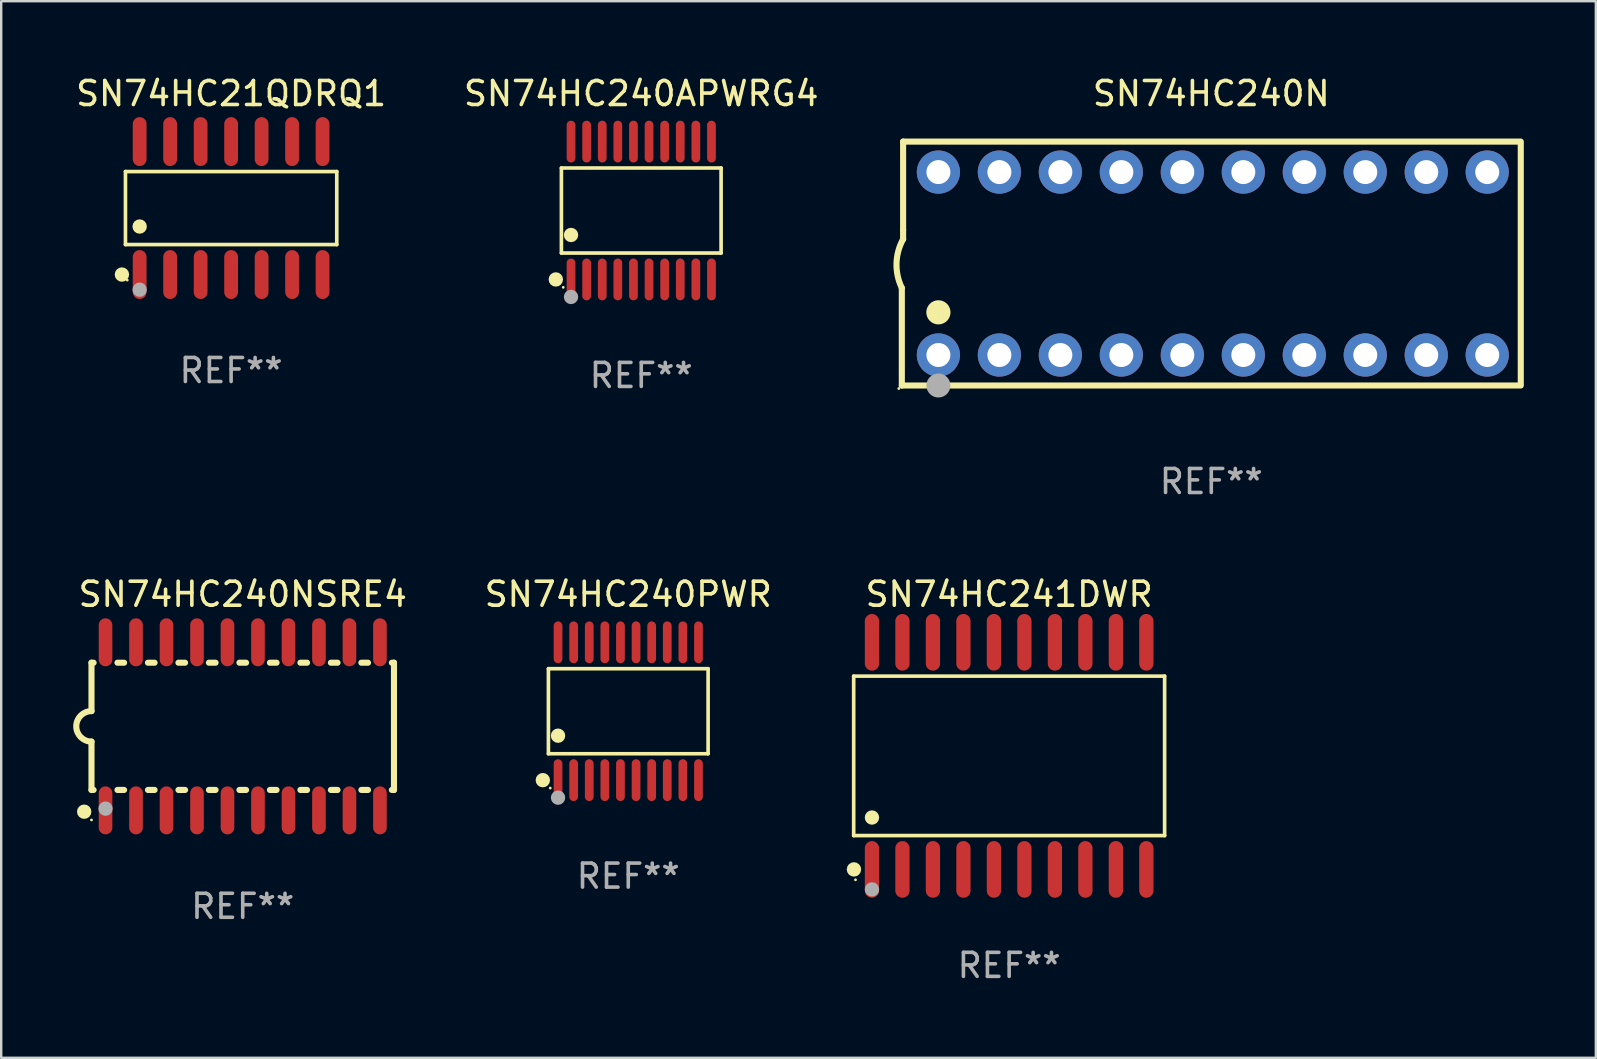
<source format=kicad_pcb>
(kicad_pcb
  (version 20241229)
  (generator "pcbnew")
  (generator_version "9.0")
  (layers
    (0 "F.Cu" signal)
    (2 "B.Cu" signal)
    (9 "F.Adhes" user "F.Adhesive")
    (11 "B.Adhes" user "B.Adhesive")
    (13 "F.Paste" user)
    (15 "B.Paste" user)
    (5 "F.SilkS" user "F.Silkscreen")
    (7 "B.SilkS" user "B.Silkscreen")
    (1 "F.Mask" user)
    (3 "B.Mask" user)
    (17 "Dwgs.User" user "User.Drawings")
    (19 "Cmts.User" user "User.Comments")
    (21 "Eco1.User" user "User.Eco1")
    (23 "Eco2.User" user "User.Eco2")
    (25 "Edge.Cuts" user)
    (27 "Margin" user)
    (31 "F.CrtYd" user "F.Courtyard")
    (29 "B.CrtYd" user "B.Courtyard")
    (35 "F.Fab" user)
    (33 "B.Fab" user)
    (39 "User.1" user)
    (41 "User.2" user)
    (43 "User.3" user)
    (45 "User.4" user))
  (footprint "SN74HC241DWR"
    (layer "F.Cu")
    (at 38.986 28.435)
    (property "Reference" "SN74HC241DWR" (at 0 -6.73 0) (layer "F.SilkS") (effects (font (size 1 1) (thickness 0.15))))
    (attr through_hole)
    (fp_line (start -6.476 -3.321) (end 6.476 -3.321) (stroke (width 0.152) (type solid)) (layer "F.SilkS"))
    (fp_line (start -6.476 3.321) (end -6.476 -3.321) (stroke (width 0.152) (type solid)) (layer "F.SilkS"))
    (fp_line (start 6.476 -3.321) (end 6.476 3.321) (stroke (width 0.152) (type solid)) (layer "F.SilkS"))
    (fp_line (start 6.476 3.321) (end -6.476 3.321) (stroke (width 0.152) (type solid)) (layer "F.SilkS"))
    (fp_circle (center -6.465 4.73) (end -6.315 4.73) (stroke (width 0.3) (type solid)) (fill no) (layer "F.SilkS"))
    (fp_circle (center -6.4 5.163) (end -6.37 5.163) (stroke (width 0.06) (type solid)) (fill no) (layer "F.SilkS"))
    (fp_circle (center -5.715 2.569) (end -5.565 2.569) (stroke (width 0.3) (type solid)) (fill no) (layer "F.SilkS"))
    (fp_circle (center -5.715 5.563) (end -5.565 5.563) (stroke (width 0.3) (type solid)) (fill no) (layer "F.Fab"))
    (fp_text user "REF**" (at 0 8.73 0) (layer "F.Fab") (effects (font (size 1 1) (thickness 0.15))))
    (pad "1" smd oval (at -5.715 4.73) (size 0.595 2.36) (layers "F.Cu" "F.Mask" "F.Paste"))
    (pad "2" smd oval (at -4.445 4.73) (size 0.595 2.36) (layers "F.Cu" "F.Mask" "F.Paste"))
    (pad "3" smd oval (at -3.175 4.73) (size 0.595 2.36) (layers "F.Cu" "F.Mask" "F.Paste"))
    (pad "4" smd oval (at -1.905 4.73) (size 0.595 2.36) (layers "F.Cu" "F.Mask" "F.Paste"))
    (pad "5" smd oval (at -0.635 4.73) (size 0.595 2.36) (layers "F.Cu" "F.Mask" "F.Paste"))
    (pad "6" smd oval (at 0.635 4.73) (size 0.595 2.36) (layers "F.Cu" "F.Mask" "F.Paste"))
    (pad "7" smd oval (at 1.905 4.73) (size 0.595 2.36) (layers "F.Cu" "F.Mask" "F.Paste"))
    (pad "8" smd oval (at 3.175 4.73) (size 0.595 2.36) (layers "F.Cu" "F.Mask" "F.Paste"))
    (pad "9" smd oval (at 4.445 4.73) (size 0.595 2.36) (layers "F.Cu" "F.Mask" "F.Paste"))
    (pad "10" smd oval (at 5.715 4.73) (size 0.595 2.36) (layers "F.Cu" "F.Mask" "F.Paste"))
    (pad "11" smd oval (at 5.715 -4.73) (size 0.595 2.36) (layers "F.Cu" "F.Mask" "F.Paste"))
    (pad "12" smd oval (at 4.445 -4.73) (size 0.595 2.36) (layers "F.Cu" "F.Mask" "F.Paste"))
    (pad "13" smd oval (at 3.175 -4.73) (size 0.595 2.36) (layers "F.Cu" "F.Mask" "F.Paste"))
    (pad "14" smd oval (at 1.905 -4.73) (size 0.595 2.36) (layers "F.Cu" "F.Mask" "F.Paste"))
    (pad "15" smd oval (at 0.635 -4.73) (size 0.595 2.36) (layers "F.Cu" "F.Mask" "F.Paste"))
    (pad "16" smd oval (at -0.635 -4.73) (size 0.595 2.36) (layers "F.Cu" "F.Mask" "F.Paste"))
    (pad "17" smd oval (at -1.905 -4.73) (size 0.595 2.36) (layers "F.Cu" "F.Mask" "F.Paste"))
    (pad "18" smd oval (at -3.175 -4.73) (size 0.595 2.36) (layers "F.Cu" "F.Mask" "F.Paste"))
    (pad "19" smd oval (at -4.445 -4.73) (size 0.595 2.36) (layers "F.Cu" "F.Mask" "F.Paste"))
    (pad "20" smd oval (at -5.715 -4.73) (size 0.595 2.36) (layers "F.Cu" "F.Mask" "F.Paste")))
  (footprint "SN74HC240N"
    (layer "F.Cu")
    (at 47.406 7.928)
    (property "Reference" "SN74HC240N" (at 0 -7.08 0) (layer "F.SilkS") (effects (font (size 1 1) (thickness 0.15))))
    (attr through_hole)
    (fp_line (start -12.891 5.08) (end -12.891 1.016) (stroke (width 0.254) (type solid)) (layer "F.SilkS"))
    (fp_line (start -12.891 5.08) (end 12.891 5.08) (stroke (width 0.254) (type solid)) (layer "F.SilkS"))
    (fp_line (start -12.837 -5.08) (end -12.837 -1.397) (stroke (width 0.254) (type solid)) (layer "F.SilkS"))
    (fp_line (start -12.837 -5.08) (end 12.891 -5.08) (stroke (width 0.254) (type solid)) (layer "F.SilkS"))
    (fp_line (start -12.837 -1.397) (end -12.837 -1.016) (stroke (width 0.254) (type solid)) (layer "F.SilkS"))
    (fp_line (start 12.891 -5) (end 12.891 5) (stroke (width 0.254) (type solid)) (layer "F.SilkS"))
    (fp_arc (start -12.890526 1.016002) (mid -13.111945 -0.006602) (end -12.836525 -1.016002) (stroke (width 0.254001) (type solid)) (layer "F.SilkS"))
    (fp_circle (center -13.018 5.207) (end -12.988 5.207) (stroke (width 0.06) (type solid)) (fill no) (layer "F.SilkS"))
    (fp_circle (center -11.367 2.032) (end -11.113 2.032) (stroke (width 0.5) (type solid)) (fill no) (layer "F.SilkS"))
    (fp_circle (center -11.367 5.08) (end -11.117 5.08) (stroke (width 0.5) (type solid)) (fill no) (layer "F.Fab"))
    (fp_text user "REF**" (at 0 9.08 0) (layer "F.Fab") (effects (font (size 1 1) (thickness 0.15))))
    (pad "1" thru_hole circle (at -11.367 3.81) (size 1.8 1.8) (drill 1) (layers "*.Cu" "*.Mask"))
    (pad "2" thru_hole circle (at -8.827 3.81) (size 1.8 1.8) (drill 1) (layers "*.Cu" "*.Mask"))
    (pad "3" thru_hole circle (at -6.287 3.81) (size 1.8 1.8) (drill 1) (layers "*.Cu" "*.Mask"))
    (pad "4" thru_hole circle (at -3.747 3.81) (size 1.8 1.8) (drill 1) (layers "*.Cu" "*.Mask"))
    (pad "5" thru_hole circle (at -1.207 3.81) (size 1.8 1.8) (drill 1) (layers "*.Cu" "*.Mask"))
    (pad "6" thru_hole circle (at 1.334 3.81) (size 1.8 1.8) (drill 1) (layers "*.Cu" "*.Mask"))
    (pad "7" thru_hole circle (at 3.874 3.81) (size 1.8 1.8) (drill 1) (layers "*.Cu" "*.Mask"))
    (pad "8" thru_hole circle (at 6.414 3.81) (size 1.8 1.8) (drill 1) (layers "*.Cu" "*.Mask"))
    (pad "9" thru_hole circle (at 8.954 3.81) (size 1.8 1.8) (drill 1) (layers "*.Cu" "*.Mask"))
    (pad "10" thru_hole circle (at 11.494 3.81) (size 1.8 1.8) (drill 1) (layers "*.Cu" "*.Mask"))
    (pad "11" thru_hole circle (at 11.494 -3.81) (size 1.8 1.8) (drill 1) (layers "*.Cu" "*.Mask"))
    (pad "12" thru_hole circle (at 8.954 -3.81) (size 1.8 1.8) (drill 1) (layers "*.Cu" "*.Mask"))
    (pad "13" thru_hole circle (at 6.414 -3.81) (size 1.8 1.8) (drill 1) (layers "*.Cu" "*.Mask"))
    (pad "14" thru_hole circle (at 3.874 -3.81) (size 1.8 1.8) (drill 1) (layers "*.Cu" "*.Mask"))
    (pad "15" thru_hole circle (at 1.334 -3.81) (size 1.8 1.8) (drill 1) (layers "*.Cu" "*.Mask"))
    (pad "16" thru_hole circle (at -1.207 -3.81) (size 1.8 1.8) (drill 1) (layers "*.Cu" "*.Mask"))
    (pad "17" thru_hole circle (at -3.747 -3.81) (size 1.8 1.8) (drill 1) (layers "*.Cu" "*.Mask"))
    (pad "18" thru_hole circle (at -6.287 -3.81) (size 1.8 1.8) (drill 1) (layers "*.Cu" "*.Mask"))
    (pad "19" thru_hole circle (at -8.827 -3.81) (size 1.8 1.8) (drill 1) (layers "*.Cu" "*.Mask"))
    (pad "20" thru_hole circle (at -11.367 -3.81) (size 1.8 1.8) (drill 1) (layers "*.Cu" "*.Mask")))
  (footprint "SN74HC240NSRE4"
    (layer "F.Cu")
    (at 7.061 27.205)
    (property "Reference" "SN74HC240NSRE4" (at 0 -5.5 0) (layer "F.SilkS") (effects (font (size 1 1) (thickness 0.15))))
    (attr through_hole)
    (fp_line (start -6.3 -2.65) (end -6.3 -0.635) (stroke (width 0.254) (type solid)) (layer "F.SilkS"))
    (fp_line (start -6.3 -2.65) (end -6.212 -2.65) (stroke (width 0.254) (type solid)) (layer "F.SilkS"))
    (fp_line (start -6.3 2.65) (end -6.3 0.635) (stroke (width 0.254) (type solid)) (layer "F.SilkS"))
    (fp_line (start -6.3 2.65) (end -6.212 2.65) (stroke (width 0.254) (type solid)) (layer "F.SilkS"))
    (fp_line (start -5.218 -2.65) (end -4.942 -2.65) (stroke (width 0.254) (type solid)) (layer "F.SilkS"))
    (fp_line (start -5.218 2.65) (end -4.942 2.65) (stroke (width 0.254) (type solid)) (layer "F.SilkS"))
    (fp_line (start -3.948 -2.65) (end -3.672 -2.65) (stroke (width 0.254) (type solid)) (layer "F.SilkS"))
    (fp_line (start -3.948 2.65) (end -3.672 2.65) (stroke (width 0.254) (type solid)) (layer "F.SilkS"))
    (fp_line (start -2.678 -2.65) (end -2.402 -2.65) (stroke (width 0.254) (type solid)) (layer "F.SilkS"))
    (fp_line (start -2.678 2.65) (end -2.402 2.65) (stroke (width 0.254) (type solid)) (layer "F.SilkS"))
    (fp_line (start -1.408 -2.65) (end -1.132 -2.65) (stroke (width 0.254) (type solid)) (layer "F.SilkS"))
    (fp_line (start -1.408 2.65) (end -1.132 2.65) (stroke (width 0.254) (type solid)) (layer "F.SilkS"))
    (fp_line (start -0.138 -2.65) (end 0.138 -2.65) (stroke (width 0.254) (type solid)) (layer "F.SilkS"))
    (fp_line (start -0.138 2.65) (end 0.138 2.65) (stroke (width 0.254) (type solid)) (layer "F.SilkS"))
    (fp_line (start 1.132 -2.65) (end 1.408 -2.65) (stroke (width 0.254) (type solid)) (layer "F.SilkS"))
    (fp_line (start 1.132 2.65) (end 1.408 2.65) (stroke (width 0.254) (type solid)) (layer "F.SilkS"))
    (fp_line (start 2.402 -2.65) (end 2.678 -2.65) (stroke (width 0.254) (type solid)) (layer "F.SilkS"))
    (fp_line (start 2.402 2.65) (end 2.678 2.65) (stroke (width 0.254) (type solid)) (layer "F.SilkS"))
    (fp_line (start 3.672 -2.65) (end 3.948 -2.65) (stroke (width 0.254) (type solid)) (layer "F.SilkS"))
    (fp_line (start 3.672 2.65) (end 3.948 2.65) (stroke (width 0.254) (type solid)) (layer "F.SilkS"))
    (fp_line (start 4.942 -2.65) (end 5.218 -2.65) (stroke (width 0.254) (type solid)) (layer "F.SilkS"))
    (fp_line (start 4.942 2.65) (end 5.218 2.65) (stroke (width 0.254) (type solid)) (layer "F.SilkS"))
    (fp_line (start 6.212 -2.65) (end 6.3 -2.65) (stroke (width 0.254) (type solid)) (layer "F.SilkS"))
    (fp_line (start 6.212 2.65) (end 6.3 2.65) (stroke (width 0.254) (type solid)) (layer "F.SilkS"))
    (fp_line (start 6.3 -2.65) (end 6.3 2.65) (stroke (width 0.254) (type solid)) (layer "F.SilkS"))
    (fp_arc (start -6.299975 0.634874) (mid -6.933579 0.000127) (end -6.299213 -0.633858) (stroke (width 0.254001) (type solid)) (layer "F.SilkS"))
    (fp_circle (center -6.604 3.556) (end -6.454 3.556) (stroke (width 0.3) (type solid)) (fill no) (layer "F.SilkS"))
    (fp_circle (center -6.3 3.9) (end -6.27 3.9) (stroke (width 0.06) (type solid)) (fill no) (layer "F.SilkS"))
    (fp_circle (center -5.715 3.429) (end -5.565 3.429) (stroke (width 0.3) (type solid)) (fill no) (layer "F.Fab"))
    (fp_text user "REF**" (at 0 7.5 0) (layer "F.Fab") (effects (font (size 1 1) (thickness 0.15))))
    (pad "1" smd oval (at -5.715 3.5) (size 0.568 2) (layers "F.Cu" "F.Mask" "F.Paste"))
    (pad "2" smd oval (at -4.445 3.5) (size 0.568 2) (layers "F.Cu" "F.Mask" "F.Paste"))
    (pad "3" smd oval (at -3.175 3.5) (size 0.568 2) (layers "F.Cu" "F.Mask" "F.Paste"))
    (pad "4" smd oval (at -1.905 3.5) (size 0.568 2) (layers "F.Cu" "F.Mask" "F.Paste"))
    (pad "5" smd oval (at -0.635 3.5) (size 0.568 2) (layers "F.Cu" "F.Mask" "F.Paste"))
    (pad "6" smd oval (at 0.635 3.5) (size 0.568 2) (layers "F.Cu" "F.Mask" "F.Paste"))
    (pad "7" smd oval (at 1.905 3.5) (size 0.568 2) (layers "F.Cu" "F.Mask" "F.Paste"))
    (pad "8" smd oval (at 3.175 3.5) (size 0.568 2) (layers "F.Cu" "F.Mask" "F.Paste"))
    (pad "9" smd oval (at 4.445 3.5) (size 0.568 2) (layers "F.Cu" "F.Mask" "F.Paste"))
    (pad "10" smd oval (at 5.715 3.5) (size 0.568 2) (layers "F.Cu" "F.Mask" "F.Paste"))
    (pad "11" smd oval (at 5.715 -3.5) (size 0.568 2) (layers "F.Cu" "F.Mask" "F.Paste"))
    (pad "12" smd oval (at 4.445 -3.5) (size 0.568 2) (layers "F.Cu" "F.Mask" "F.Paste"))
    (pad "13" smd oval (at 3.175 -3.5) (size 0.568 2) (layers "F.Cu" "F.Mask" "F.Paste"))
    (pad "14" smd oval (at 1.905 -3.5) (size 0.568 2) (layers "F.Cu" "F.Mask" "F.Paste"))
    (pad "15" smd oval (at 0.635 -3.5) (size 0.568 2) (layers "F.Cu" "F.Mask" "F.Paste"))
    (pad "16" smd oval (at -0.635 -3.5) (size 0.568 2) (layers "F.Cu" "F.Mask" "F.Paste"))
    (pad "17" smd oval (at -1.905 -3.5) (size 0.568 2) (layers "F.Cu" "F.Mask" "F.Paste"))
    (pad "18" smd oval (at -3.175 -3.5) (size 0.568 2) (layers "F.Cu" "F.Mask" "F.Paste"))
    (pad "19" smd oval (at -4.445 -3.5) (size 0.568 2) (layers "F.Cu" "F.Mask" "F.Paste"))
    (pad "20" smd oval (at -5.715 -3.5) (size 0.568 2) (layers "F.Cu" "F.Mask" "F.Paste")))
  (footprint "SN74HC240PWR"
    (layer "F.Cu")
    (at 23.12 26.576)
    (property "Reference" "SN74HC240PWR" (at 0 -4.871 0) (layer "F.SilkS") (effects (font (size 1 1) (thickness 0.15))))
    (attr through_hole)
    (fp_line (start -3.326 -1.771) (end 3.326 -1.771) (stroke (width 0.152) (type solid)) (layer "F.SilkS"))
    (fp_line (start -3.326 1.771) (end -3.326 -1.771) (stroke (width 0.152) (type solid)) (layer "F.SilkS"))
    (fp_line (start 3.326 -1.771) (end 3.326 1.771) (stroke (width 0.152) (type solid)) (layer "F.SilkS"))
    (fp_line (start 3.326 1.771) (end -3.326 1.771) (stroke (width 0.152) (type solid)) (layer "F.SilkS"))
    (fp_circle (center -3.559 2.871) (end -3.409 2.871) (stroke (width 0.3) (type solid)) (fill no) (layer "F.SilkS"))
    (fp_circle (center -3.25 3.2) (end -3.22 3.2) (stroke (width 0.06) (type solid)) (fill no) (layer "F.SilkS"))
    (fp_circle (center -2.925 1.019) (end -2.775 1.019) (stroke (width 0.3) (type solid)) (fill no) (layer "F.SilkS"))
    (fp_circle (center -2.925 3.6) (end -2.775 3.6) (stroke (width 0.3) (type solid)) (fill no) (layer "F.Fab"))
    (fp_text user "REF**" (at 0 6.871 0) (layer "F.Fab") (effects (font (size 1 1) (thickness 0.15))))
    (pad "1" smd oval (at -2.925 2.871) (size 0.364 1.742) (layers "F.Cu" "F.Mask" "F.Paste"))
    (pad "2" smd oval (at -2.275 2.871) (size 0.364 1.742) (layers "F.Cu" "F.Mask" "F.Paste"))
    (pad "3" smd oval (at -1.625 2.871) (size 0.364 1.742) (layers "F.Cu" "F.Mask" "F.Paste"))
    (pad "4" smd oval (at -0.975 2.871) (size 0.364 1.742) (layers "F.Cu" "F.Mask" "F.Paste"))
    (pad "5" smd oval (at -0.325 2.871) (size 0.364 1.742) (layers "F.Cu" "F.Mask" "F.Paste"))
    (pad "6" smd oval (at 0.325 2.871) (size 0.364 1.742) (layers "F.Cu" "F.Mask" "F.Paste"))
    (pad "7" smd oval (at 0.975 2.871) (size 0.364 1.742) (layers "F.Cu" "F.Mask" "F.Paste"))
    (pad "8" smd oval (at 1.625 2.871) (size 0.364 1.742) (layers "F.Cu" "F.Mask" "F.Paste"))
    (pad "9" smd oval (at 2.275 2.871) (size 0.364 1.742) (layers "F.Cu" "F.Mask" "F.Paste"))
    (pad "10" smd oval (at 2.925 2.871) (size 0.364 1.742) (layers "F.Cu" "F.Mask" "F.Paste"))
    (pad "11" smd oval (at 2.925 -2.871) (size 0.364 1.742) (layers "F.Cu" "F.Mask" "F.Paste"))
    (pad "12" smd oval (at 2.275 -2.871) (size 0.364 1.742) (layers "F.Cu" "F.Mask" "F.Paste"))
    (pad "13" smd oval (at 1.625 -2.871) (size 0.364 1.742) (layers "F.Cu" "F.Mask" "F.Paste"))
    (pad "14" smd oval (at 0.975 -2.871) (size 0.364 1.742) (layers "F.Cu" "F.Mask" "F.Paste"))
    (pad "15" smd oval (at 0.325 -2.871) (size 0.364 1.742) (layers "F.Cu" "F.Mask" "F.Paste"))
    (pad "16" smd oval (at -0.325 -2.871) (size 0.364 1.742) (layers "F.Cu" "F.Mask" "F.Paste"))
    (pad "17" smd oval (at -0.975 -2.871) (size 0.364 1.742) (layers "F.Cu" "F.Mask" "F.Paste"))
    (pad "18" smd oval (at -1.625 -2.871) (size 0.364 1.742) (layers "F.Cu" "F.Mask" "F.Paste"))
    (pad "19" smd oval (at -2.275 -2.871) (size 0.364 1.742) (layers "F.Cu" "F.Mask" "F.Paste"))
    (pad "20" smd oval (at -2.925 -2.871) (size 0.364 1.742) (layers "F.Cu" "F.Mask" "F.Paste")))
  (footprint "SN74HC21QDRQ1"
    (layer "F.Cu")
    (at 6.577 5.617)
    (property "Reference" "SN74HC21QDRQ1" (at 0 -4.769 0) (layer "F.SilkS") (effects (font (size 1 1) (thickness 0.15))))
    (attr through_hole)
    (fp_line (start -4.401 -1.521) (end 4.401 -1.521) (stroke (width 0.152) (type solid)) (layer "F.SilkS"))
    (fp_line (start -4.401 1.521) (end -4.401 -1.521) (stroke (width 0.152) (type solid)) (layer "F.SilkS"))
    (fp_line (start 4.401 -1.521) (end 4.401 1.521) (stroke (width 0.152) (type solid)) (layer "F.SilkS"))
    (fp_line (start 4.401 1.521) (end -4.401 1.521) (stroke (width 0.152) (type solid)) (layer "F.SilkS"))
    (fp_circle (center -4.549 2.769) (end -4.399 2.769) (stroke (width 0.3) (type solid)) (fill no) (layer "F.SilkS"))
    (fp_circle (center -4.325 3) (end -4.295 3) (stroke (width 0.06) (type solid)) (fill no) (layer "F.SilkS"))
    (fp_circle (center -3.81 0.769) (end -3.66 0.769) (stroke (width 0.3) (type solid)) (fill no) (layer "F.SilkS"))
    (fp_circle (center -3.81 3.4) (end -3.66 3.4) (stroke (width 0.3) (type solid)) (fill no) (layer "F.Fab"))
    (fp_text user "REF**" (at 0 6.769 0) (layer "F.Fab") (effects (font (size 1 1) (thickness 0.15))))
    (pad "1" smd oval (at -3.81 2.769) (size 0.574 2.038) (layers "F.Cu" "F.Mask" "F.Paste"))
    (pad "2" smd oval (at -2.54 2.769) (size 0.574 2.038) (layers "F.Cu" "F.Mask" "F.Paste"))
    (pad "3" smd oval (at -1.27 2.769) (size 0.574 2.038) (layers "F.Cu" "F.Mask" "F.Paste"))
    (pad "4" smd oval (at 0 2.769) (size 0.574 2.038) (layers "F.Cu" "F.Mask" "F.Paste"))
    (pad "5" smd oval (at 1.27 2.769) (size 0.574 2.038) (layers "F.Cu" "F.Mask" "F.Paste"))
    (pad "6" smd oval (at 2.54 2.769) (size 0.574 2.038) (layers "F.Cu" "F.Mask" "F.Paste"))
    (pad "7" smd oval (at 3.81 2.769) (size 0.574 2.038) (layers "F.Cu" "F.Mask" "F.Paste"))
    (pad "8" smd oval (at 3.81 -2.769) (size 0.574 2.038) (layers "F.Cu" "F.Mask" "F.Paste"))
    (pad "9" smd oval (at 2.54 -2.769) (size 0.574 2.038) (layers "F.Cu" "F.Mask" "F.Paste"))
    (pad "10" smd oval (at 1.27 -2.769) (size 0.574 2.038) (layers "F.Cu" "F.Mask" "F.Paste"))
    (pad "11" smd oval (at 0 -2.769) (size 0.574 2.038) (layers "F.Cu" "F.Mask" "F.Paste"))
    (pad "12" smd oval (at -1.27 -2.769) (size 0.574 2.038) (layers "F.Cu" "F.Mask" "F.Paste"))
    (pad "13" smd oval (at -2.54 -2.769) (size 0.574 2.038) (layers "F.Cu" "F.Mask" "F.Paste"))
    (pad "14" smd oval (at -3.81 -2.769) (size 0.574 2.038) (layers "F.Cu" "F.Mask" "F.Paste")))
  (footprint "SN74HC240APWRG4"
    (layer "F.Cu")
    (at 23.661 5.719)
    (property "Reference" "SN74HC240APWRG4" (at 0 -4.871 0) (layer "F.SilkS") (effects (font (size 1 1) (thickness 0.15))))
    (attr through_hole)
    (fp_line (start -3.326 -1.771) (end 3.326 -1.771) (stroke (width 0.152) (type solid)) (layer "F.SilkS"))
    (fp_line (start -3.326 1.771) (end -3.326 -1.771) (stroke (width 0.152) (type solid)) (layer "F.SilkS"))
    (fp_line (start 3.326 -1.771) (end 3.326 1.771) (stroke (width 0.152) (type solid)) (layer "F.SilkS"))
    (fp_line (start 3.326 1.771) (end -3.326 1.771) (stroke (width 0.152) (type solid)) (layer "F.SilkS"))
    (fp_circle (center -3.559 2.871) (end -3.409 2.871) (stroke (width 0.3) (type solid)) (fill no) (layer "F.SilkS"))
    (fp_circle (center -3.25 3.2) (end -3.22 3.2) (stroke (width 0.06) (type solid)) (fill no) (layer "F.SilkS"))
    (fp_circle (center -2.925 1.019) (end -2.775 1.019) (stroke (width 0.3) (type solid)) (fill no) (layer "F.SilkS"))
    (fp_circle (center -2.925 3.6) (end -2.775 3.6) (stroke (width 0.3) (type solid)) (fill no) (layer "F.Fab"))
    (fp_text user "REF**" (at 0 6.871 0) (layer "F.Fab") (effects (font (size 1 1) (thickness 0.15))))
    (pad "1" smd oval (at -2.925 2.871) (size 0.364 1.742) (layers "F.Cu" "F.Mask" "F.Paste"))
    (pad "2" smd oval (at -2.275 2.871) (size 0.364 1.742) (layers "F.Cu" "F.Mask" "F.Paste"))
    (pad "3" smd oval (at -1.625 2.871) (size 0.364 1.742) (layers "F.Cu" "F.Mask" "F.Paste"))
    (pad "4" smd oval (at -0.975 2.871) (size 0.364 1.742) (layers "F.Cu" "F.Mask" "F.Paste"))
    (pad "5" smd oval (at -0.325 2.871) (size 0.364 1.742) (layers "F.Cu" "F.Mask" "F.Paste"))
    (pad "6" smd oval (at 0.325 2.871) (size 0.364 1.742) (layers "F.Cu" "F.Mask" "F.Paste"))
    (pad "7" smd oval (at 0.975 2.871) (size 0.364 1.742) (layers "F.Cu" "F.Mask" "F.Paste"))
    (pad "8" smd oval (at 1.625 2.871) (size 0.364 1.742) (layers "F.Cu" "F.Mask" "F.Paste"))
    (pad "9" smd oval (at 2.275 2.871) (size 0.364 1.742) (layers "F.Cu" "F.Mask" "F.Paste"))
    (pad "10" smd oval (at 2.925 2.871) (size 0.364 1.742) (layers "F.Cu" "F.Mask" "F.Paste"))
    (pad "11" smd oval (at 2.925 -2.871) (size 0.364 1.742) (layers "F.Cu" "F.Mask" "F.Paste"))
    (pad "12" smd oval (at 2.275 -2.871) (size 0.364 1.742) (layers "F.Cu" "F.Mask" "F.Paste"))
    (pad "13" smd oval (at 1.625 -2.871) (size 0.364 1.742) (layers "F.Cu" "F.Mask" "F.Paste"))
    (pad "14" smd oval (at 0.975 -2.871) (size 0.364 1.742) (layers "F.Cu" "F.Mask" "F.Paste"))
    (pad "15" smd oval (at 0.325 -2.871) (size 0.364 1.742) (layers "F.Cu" "F.Mask" "F.Paste"))
    (pad "16" smd oval (at -0.325 -2.871) (size 0.364 1.742) (layers "F.Cu" "F.Mask" "F.Paste"))
    (pad "17" smd oval (at -0.975 -2.871) (size 0.364 1.742) (layers "F.Cu" "F.Mask" "F.Paste"))
    (pad "18" smd oval (at -1.625 -2.871) (size 0.364 1.742) (layers "F.Cu" "F.Mask" "F.Paste"))
    (pad "19" smd oval (at -2.275 -2.871) (size 0.364 1.742) (layers "F.Cu" "F.Mask" "F.Paste"))
    (pad "20" smd oval (at -2.925 -2.871) (size 0.364 1.742) (layers "F.Cu" "F.Mask" "F.Paste")))
  (gr_rect
    (start -3 -3)
    (end 63.424 41.013)
    (stroke (width 0.1) (type default))
    (fill no)
    (layer "Edge.Cuts")))
</source>
